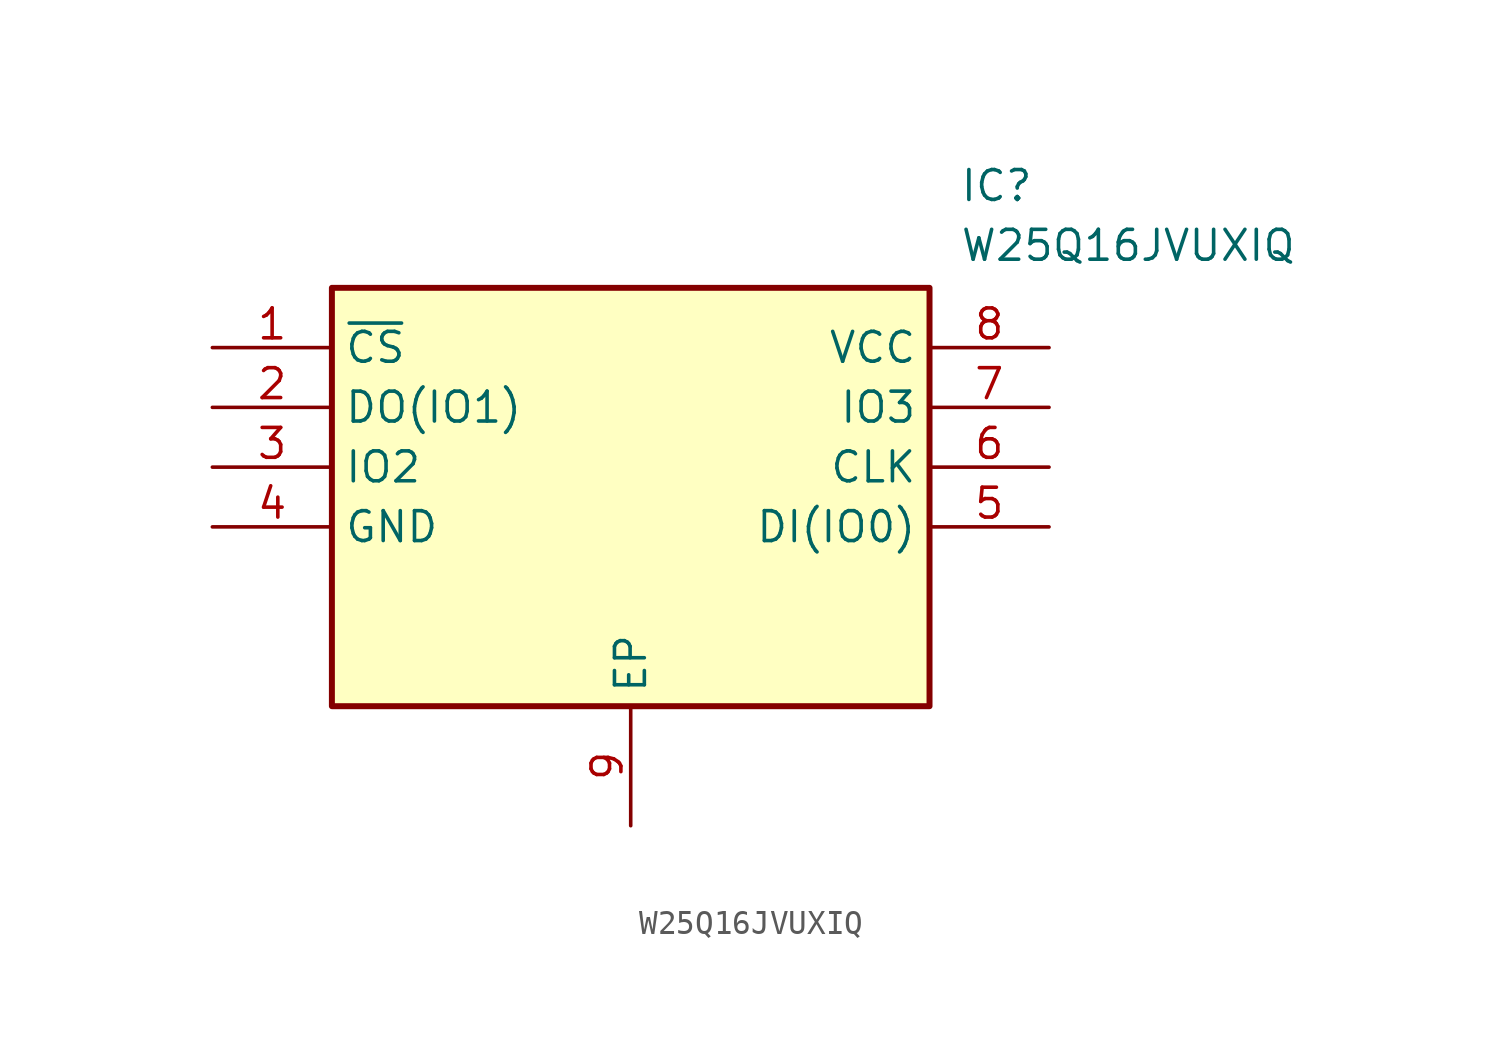
<source format=kicad_sym>
(kicad_symbol_lib
  (version 20211014)
  (generator SamacSys_ECAD_Model)
  (symbol "W25Q16JVUXIQ"
    (property "Reference" "IC"
      (at 31.75 7.62 0)
      (effects (font (size 1.27 1.27)) (justify left top)))
    (property "Value" "W25Q16JVUXIQ"
      (at 31.75 5.08 0)
      (effects (font (size 1.27 1.27)) (justify left top)))
    (rectangle
      (start 5.08 2.54)
      (end 30.48 -15.24)
      (stroke (width 0.254) (type default))
      (fill (type background)))
    (pin passive line
      (at 0 0 0)
      (length 5.08)
      (name "~{CS}" (effects (font (size 1.27 1.27))))
      (number "1" (effects (font (size 1.27 1.27)))))
    (pin passive line
      (at 0 -2.54 0)
      (length 5.08)
      (name "DO(IO1)" (effects (font (size 1.27 1.27))))
      (number "2" (effects (font (size 1.27 1.27)))))
    (pin passive line
      (at 0 -5.08 0)
      (length 5.08)
      (name "IO2" (effects (font (size 1.27 1.27))))
      (number "3" (effects (font (size 1.27 1.27)))))
    (pin passive line
      (at 0 -7.62 0)
      (length 5.08)
      (name "GND" (effects (font (size 1.27 1.27))))
      (number "4" (effects (font (size 1.27 1.27)))))
    (pin passive line
      (at 17.78 -20.32 90)
      (length 5.08)
      (name "EP" (effects (font (size 1.27 1.27))))
      (number "9" (effects (font (size 1.27 1.27)))))
    (pin passive line
      (at 35.56 0 180)
      (length 5.08)
      (name "VCC" (effects (font (size 1.27 1.27))))
      (number "8" (effects (font (size 1.27 1.27)))))
    (pin passive line
      (at 35.56 -2.54 180)
      (length 5.08)
      (name "IO3" (effects (font (size 1.27 1.27))))
      (number "7" (effects (font (size 1.27 1.27)))))
    (pin passive line
      (at 35.56 -5.08 180)
      (length 5.08)
      (name "CLK" (effects (font (size 1.27 1.27))))
      (number "6" (effects (font (size 1.27 1.27)))))
    (pin passive line
      (at 35.56 -7.62 180)
      (length 5.08)
      (name "DI(IO0)" (effects (font (size 1.27 1.27))))
      (number "5" (effects (font (size 1.27 1.27)))))))
</source>
